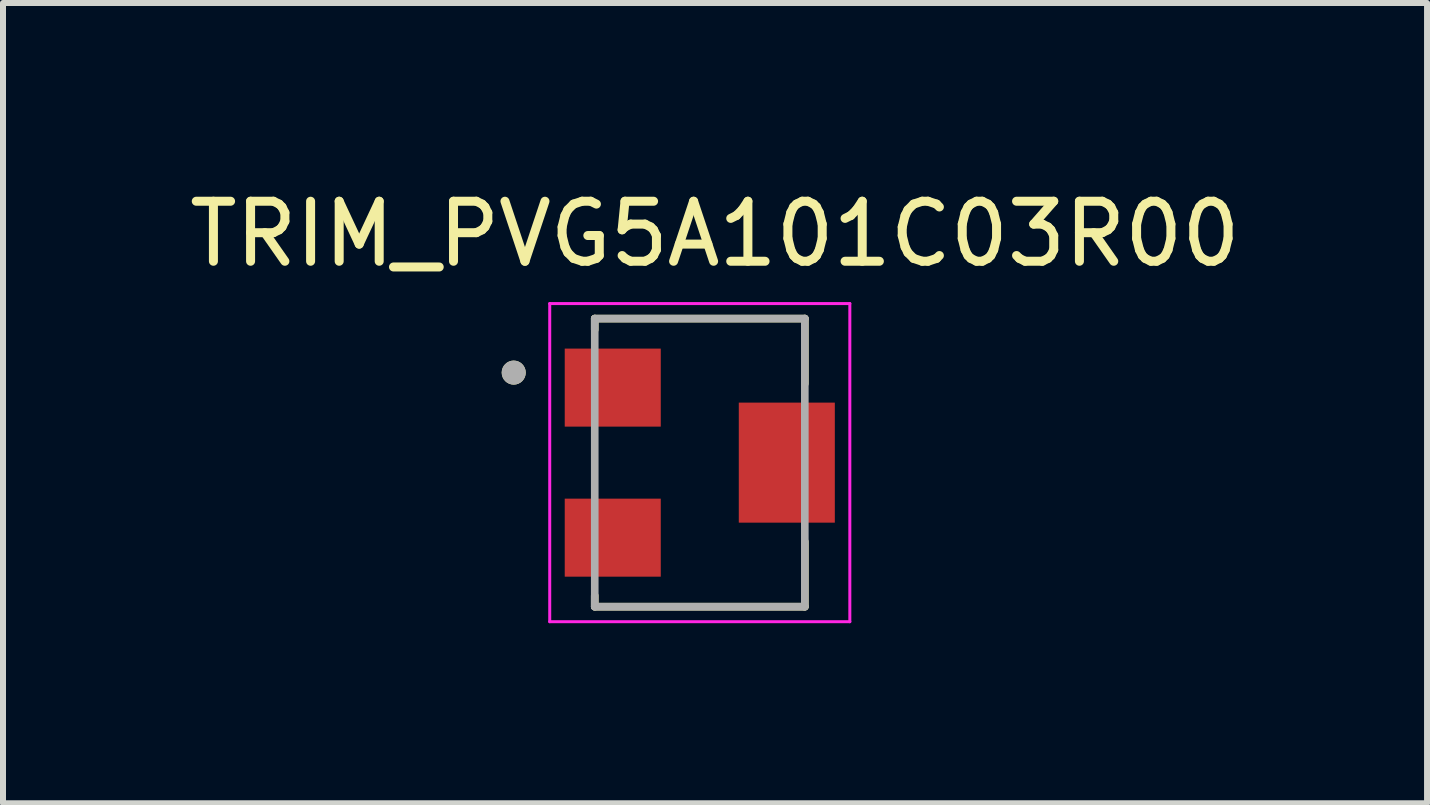
<source format=kicad_pcb>
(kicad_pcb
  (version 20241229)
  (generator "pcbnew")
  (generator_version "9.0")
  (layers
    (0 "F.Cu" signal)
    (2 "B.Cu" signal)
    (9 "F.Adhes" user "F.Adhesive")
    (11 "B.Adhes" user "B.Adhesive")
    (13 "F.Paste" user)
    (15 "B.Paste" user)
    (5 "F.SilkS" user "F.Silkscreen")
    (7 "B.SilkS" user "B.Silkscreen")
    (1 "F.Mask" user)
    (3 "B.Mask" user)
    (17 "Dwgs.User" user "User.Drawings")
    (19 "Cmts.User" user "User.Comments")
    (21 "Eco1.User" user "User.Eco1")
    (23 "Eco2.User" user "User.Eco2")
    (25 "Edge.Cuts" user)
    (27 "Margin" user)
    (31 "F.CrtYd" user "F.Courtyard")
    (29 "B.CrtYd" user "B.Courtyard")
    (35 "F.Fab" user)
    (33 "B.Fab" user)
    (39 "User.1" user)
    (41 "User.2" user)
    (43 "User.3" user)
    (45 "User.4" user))
  (footprint "TRIM_PVG5A101C03R00"
    (layer "F.Cu")
    (at 8.609 4.658)
    (property "Reference" "TRIM_PVG5A101C03R00" (at 0.254 -3.81 0) (layer "F.SilkS") (effects (font (size 1 1) (thickness 0.15))))
    (attr smd)
    (fp_line (start -1.75 -2.4) (end -1.75 -2.215) (stroke (width 0.127) (type solid)) (layer "F.SilkS"))
    (fp_line (start -1.75 2.215) (end -1.75 2.4) (stroke (width 0.127) (type solid)) (layer "F.SilkS"))
    (fp_line (start -1.75 2.4) (end 1.75 2.4) (stroke (width 0.127) (type solid)) (layer "F.SilkS"))
    (fp_line (start 1.75 -2.4) (end -1.75 -2.4) (stroke (width 0.127) (type solid)) (layer "F.SilkS"))
    (fp_line (start 1.75 -1.315) (end 1.75 -2.4) (stroke (width 0.127) (type solid)) (layer "F.SilkS"))
    (fp_line (start 1.75 2.4) (end 1.75 1.315) (stroke (width 0.127) (type solid)) (layer "F.SilkS"))
    (fp_circle (center -3.1 -1.5) (end -3 -1.5) (stroke (width 0.2) (type solid)) (fill no) (layer "F.SilkS"))
    (fp_line (start -2.5 -2.65) (end 2.5 -2.65) (stroke (width 0.05) (type solid)) (layer "F.CrtYd"))
    (fp_line (start -2.5 2.65) (end -2.5 -2.65) (stroke (width 0.05) (type solid)) (layer "F.CrtYd"))
    (fp_line (start 2.5 -2.65) (end 2.5 2.65) (stroke (width 0.05) (type solid)) (layer "F.CrtYd"))
    (fp_line (start 2.5 2.65) (end -2.5 2.65) (stroke (width 0.05) (type solid)) (layer "F.CrtYd"))
    (fp_line (start -1.75 -2.4) (end 1.75 -2.4) (stroke (width 0.127) (type solid)) (layer "F.Fab"))
    (fp_line (start -1.75 2.4) (end -1.75 -2.4) (stroke (width 0.127) (type solid)) (layer "F.Fab"))
    (fp_line (start 1.75 -2.4) (end 1.75 2.4) (stroke (width 0.127) (type solid)) (layer "F.Fab"))
    (fp_line (start 1.75 2.4) (end -1.75 2.4) (stroke (width 0.127) (type solid)) (layer "F.Fab"))
    (fp_circle (center -3.1 -1.5) (end -3 -1.5) (stroke (width 0.2) (type solid)) (fill no) (layer "F.Fab"))
    (pad "1" smd rect (at -1.45 -1.25) (size 1.6 1.3) (layers "F.Cu" "F.Mask" "F.Paste"))
    (pad "2" smd rect (at 1.45 0) (size 1.6 2) (layers "F.Cu" "F.Mask" "F.Paste"))
    (pad "3" smd rect (at -1.45 1.25) (size 1.6 1.3) (layers "F.Cu" "F.Mask" "F.Paste")))
  (gr_rect
    (start -3 -3)
    (end 20.726 10.333)
    (stroke (width 0.1) (type default))
    (fill no)
    (layer "Edge.Cuts")))
</source>
